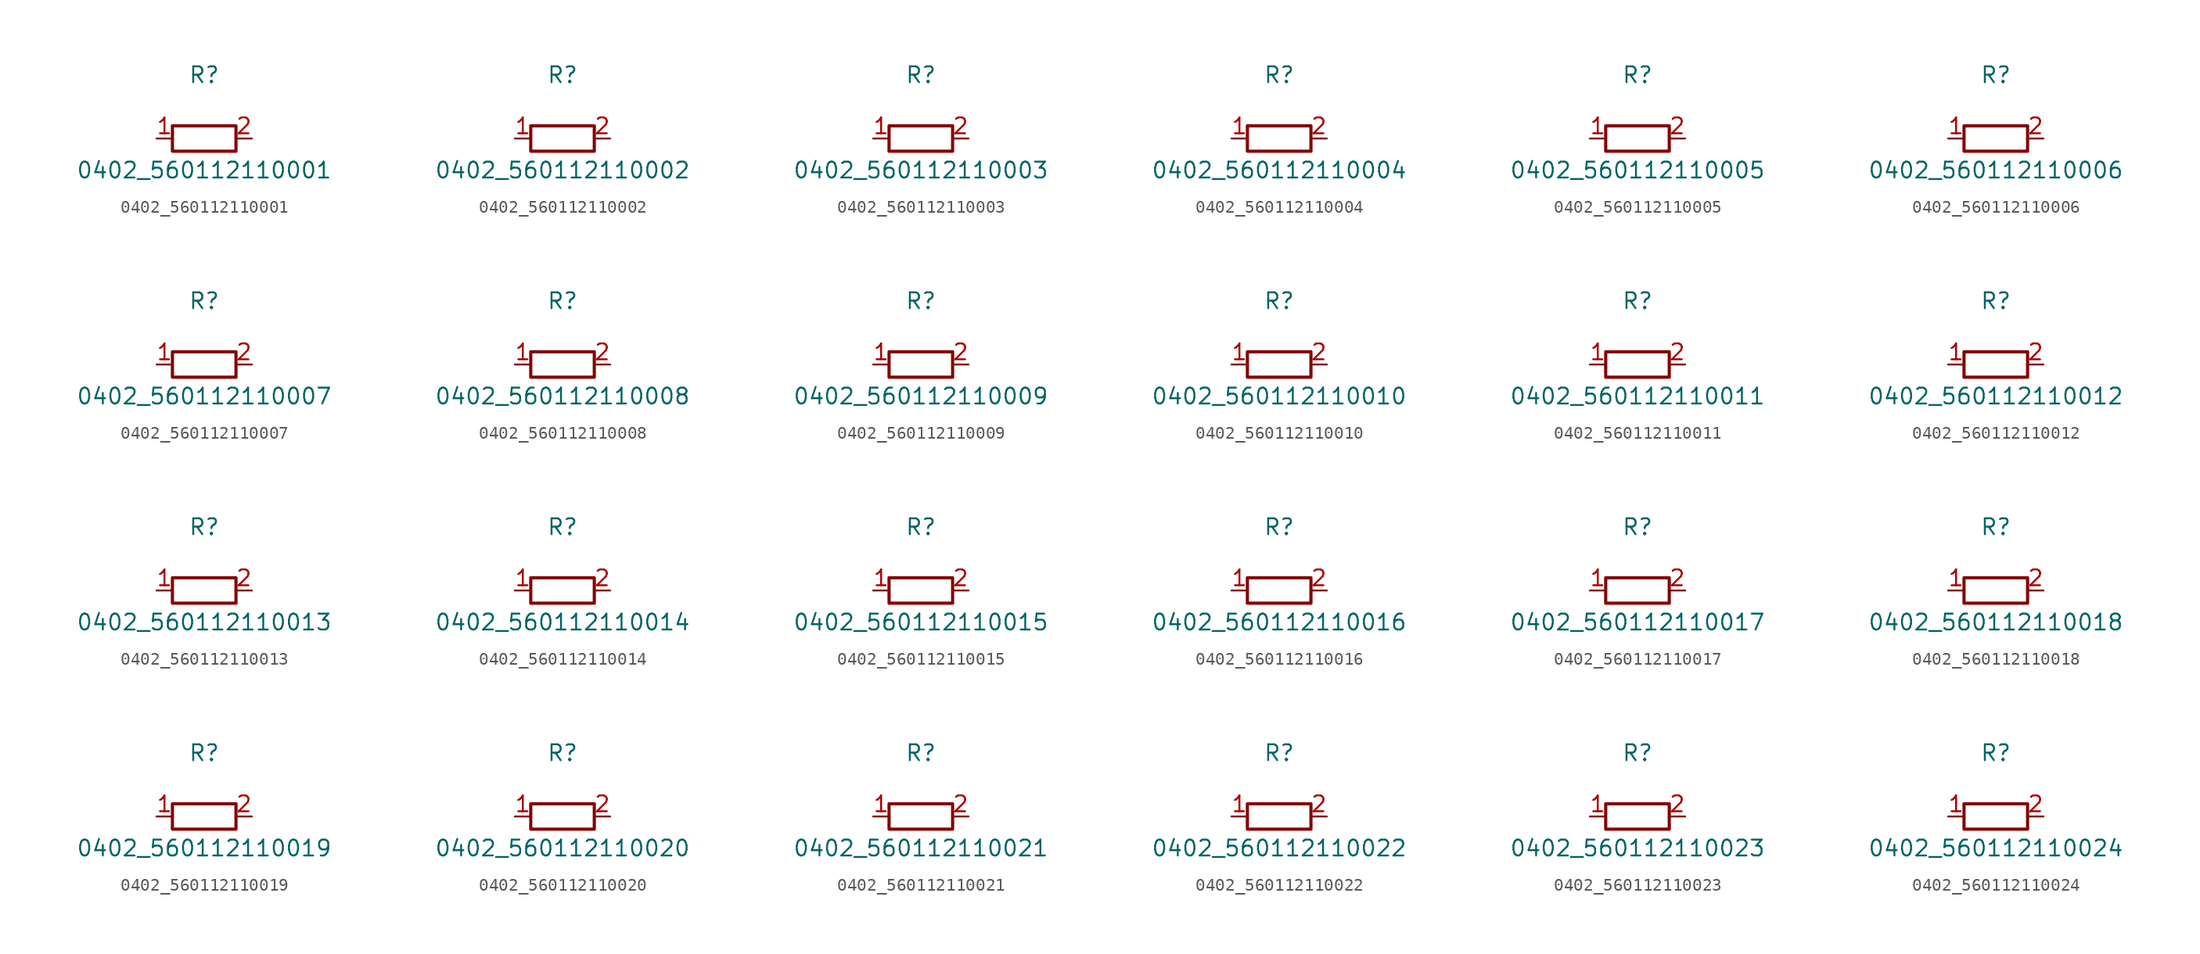
<source format=kicad_sym>
(kicad_symbol_lib
  (version 20220914)
  (generator kicad_symbol_editor)
  (symbol "0402_560112110001"
    (pin_names hide)
    (property "Reference" "R"
      (at 0 5.08 0)
      (effects (font (size 1.27 1.27))))
    (property "Value" "0402_560112110001"
      (at 0 -2.54 0)
      (effects (font (size 1.27 1.27))))
    (symbol "0402_560112110001_0_1"
      (rectangle (start -2.54 -1.016) (end 2.54 1.016) (stroke (width 0.254) (type default)) (fill (type none))))
    (symbol "0402_560112110001_1_1"
      (pin passive line (at -3.81 0 0) (length 1.27) (name "~" (effects (font (size 1.27 1.27)))) (number "1" (effects (font (size 1.27 1.27)))))
      (pin passive line (at 3.81 0 180) (length 1.27) (name "~" (effects (font (size 1.27 1.27)))) (number "2" (effects (font (size 1.27 1.27)))))))
  (symbol "0402_560112110002"
    (pin_names hide)
    (property "Reference" "R"
      (at 0 5.08 0)
      (effects (font (size 1.27 1.27))))
    (property "Value" "0402_560112110002"
      (at 0 -2.54 0)
      (effects (font (size 1.27 1.27))))
    (symbol "0402_560112110002_0_1"
      (rectangle (start -2.54 -1.016) (end 2.54 1.016) (stroke (width 0.254) (type default)) (fill (type none))))
    (symbol "0402_560112110002_1_1"
      (pin passive line (at -3.81 0 0) (length 1.27) (name "~" (effects (font (size 1.27 1.27)))) (number "1" (effects (font (size 1.27 1.27)))))
      (pin passive line (at 3.81 0 180) (length 1.27) (name "~" (effects (font (size 1.27 1.27)))) (number "2" (effects (font (size 1.27 1.27)))))))
  (symbol "0402_560112110003"
    (pin_names hide)
    (property "Reference" "R"
      (at 0 5.08 0)
      (effects (font (size 1.27 1.27))))
    (property "Value" "0402_560112110003"
      (at 0 -2.54 0)
      (effects (font (size 1.27 1.27))))
    (symbol "0402_560112110003_0_1"
      (rectangle (start -2.54 -1.016) (end 2.54 1.016) (stroke (width 0.254) (type default)) (fill (type none))))
    (symbol "0402_560112110003_1_1"
      (pin passive line (at -3.81 0 0) (length 1.27) (name "~" (effects (font (size 1.27 1.27)))) (number "1" (effects (font (size 1.27 1.27)))))
      (pin passive line (at 3.81 0 180) (length 1.27) (name "~" (effects (font (size 1.27 1.27)))) (number "2" (effects (font (size 1.27 1.27)))))))
  (symbol "0402_560112110004"
    (pin_names hide)
    (property "Reference" "R"
      (at 0 5.08 0)
      (effects (font (size 1.27 1.27))))
    (property "Value" "0402_560112110004"
      (at 0 -2.54 0)
      (effects (font (size 1.27 1.27))))
    (symbol "0402_560112110004_0_1"
      (rectangle (start -2.54 -1.016) (end 2.54 1.016) (stroke (width 0.254) (type default)) (fill (type none))))
    (symbol "0402_560112110004_1_1"
      (pin passive line (at -3.81 0 0) (length 1.27) (name "~" (effects (font (size 1.27 1.27)))) (number "1" (effects (font (size 1.27 1.27)))))
      (pin passive line (at 3.81 0 180) (length 1.27) (name "~" (effects (font (size 1.27 1.27)))) (number "2" (effects (font (size 1.27 1.27)))))))
  (symbol "0402_560112110005"
    (pin_names hide)
    (property "Reference" "R"
      (at 0 5.08 0)
      (effects (font (size 1.27 1.27))))
    (property "Value" "0402_560112110005"
      (at 0 -2.54 0)
      (effects (font (size 1.27 1.27))))
    (symbol "0402_560112110005_0_1"
      (rectangle (start -2.54 -1.016) (end 2.54 1.016) (stroke (width 0.254) (type default)) (fill (type none))))
    (symbol "0402_560112110005_1_1"
      (pin passive line (at -3.81 0 0) (length 1.27) (name "~" (effects (font (size 1.27 1.27)))) (number "1" (effects (font (size 1.27 1.27)))))
      (pin passive line (at 3.81 0 180) (length 1.27) (name "~" (effects (font (size 1.27 1.27)))) (number "2" (effects (font (size 1.27 1.27)))))))
  (symbol "0402_560112110006"
    (pin_names hide)
    (property "Reference" "R"
      (at 0 5.08 0)
      (effects (font (size 1.27 1.27))))
    (property "Value" "0402_560112110006"
      (at 0 -2.54 0)
      (effects (font (size 1.27 1.27))))
    (symbol "0402_560112110006_0_1"
      (rectangle (start -2.54 -1.016) (end 2.54 1.016) (stroke (width 0.254) (type default)) (fill (type none))))
    (symbol "0402_560112110006_1_1"
      (pin passive line (at -3.81 0 0) (length 1.27) (name "~" (effects (font (size 1.27 1.27)))) (number "1" (effects (font (size 1.27 1.27)))))
      (pin passive line (at 3.81 0 180) (length 1.27) (name "~" (effects (font (size 1.27 1.27)))) (number "2" (effects (font (size 1.27 1.27)))))))
  (symbol "0402_560112110007"
    (pin_names hide)
    (property "Reference" "R"
      (at 0 5.08 0)
      (effects (font (size 1.27 1.27))))
    (property "Value" "0402_560112110007"
      (at 0 -2.54 0)
      (effects (font (size 1.27 1.27))))
    (symbol "0402_560112110007_0_1"
      (rectangle (start -2.54 -1.016) (end 2.54 1.016) (stroke (width 0.254) (type default)) (fill (type none))))
    (symbol "0402_560112110007_1_1"
      (pin passive line (at -3.81 0 0) (length 1.27) (name "~" (effects (font (size 1.27 1.27)))) (number "1" (effects (font (size 1.27 1.27)))))
      (pin passive line (at 3.81 0 180) (length 1.27) (name "~" (effects (font (size 1.27 1.27)))) (number "2" (effects (font (size 1.27 1.27)))))))
  (symbol "0402_560112110008"
    (pin_names hide)
    (property "Reference" "R"
      (at 0 5.08 0)
      (effects (font (size 1.27 1.27))))
    (property "Value" "0402_560112110008"
      (at 0 -2.54 0)
      (effects (font (size 1.27 1.27))))
    (symbol "0402_560112110008_0_1"
      (rectangle (start -2.54 -1.016) (end 2.54 1.016) (stroke (width 0.254) (type default)) (fill (type none))))
    (symbol "0402_560112110008_1_1"
      (pin passive line (at -3.81 0 0) (length 1.27) (name "~" (effects (font (size 1.27 1.27)))) (number "1" (effects (font (size 1.27 1.27)))))
      (pin passive line (at 3.81 0 180) (length 1.27) (name "~" (effects (font (size 1.27 1.27)))) (number "2" (effects (font (size 1.27 1.27)))))))
  (symbol "0402_560112110009"
    (pin_names hide)
    (property "Reference" "R"
      (at 0 5.08 0)
      (effects (font (size 1.27 1.27))))
    (property "Value" "0402_560112110009"
      (at 0 -2.54 0)
      (effects (font (size 1.27 1.27))))
    (symbol "0402_560112110009_0_1"
      (rectangle (start -2.54 -1.016) (end 2.54 1.016) (stroke (width 0.254) (type default)) (fill (type none))))
    (symbol "0402_560112110009_1_1"
      (pin passive line (at -3.81 0 0) (length 1.27) (name "~" (effects (font (size 1.27 1.27)))) (number "1" (effects (font (size 1.27 1.27)))))
      (pin passive line (at 3.81 0 180) (length 1.27) (name "~" (effects (font (size 1.27 1.27)))) (number "2" (effects (font (size 1.27 1.27)))))))
  (symbol "0402_560112110010"
    (pin_names hide)
    (property "Reference" "R"
      (at 0 5.08 0)
      (effects (font (size 1.27 1.27))))
    (property "Value" "0402_560112110010"
      (at 0 -2.54 0)
      (effects (font (size 1.27 1.27))))
    (symbol "0402_560112110010_0_1"
      (rectangle (start -2.54 -1.016) (end 2.54 1.016) (stroke (width 0.254) (type default)) (fill (type none))))
    (symbol "0402_560112110010_1_1"
      (pin passive line (at -3.81 0 0) (length 1.27) (name "~" (effects (font (size 1.27 1.27)))) (number "1" (effects (font (size 1.27 1.27)))))
      (pin passive line (at 3.81 0 180) (length 1.27) (name "~" (effects (font (size 1.27 1.27)))) (number "2" (effects (font (size 1.27 1.27)))))))
  (symbol "0402_560112110011"
    (pin_names hide)
    (property "Reference" "R"
      (at 0 5.08 0)
      (effects (font (size 1.27 1.27))))
    (property "Value" "0402_560112110011"
      (at 0 -2.54 0)
      (effects (font (size 1.27 1.27))))
    (symbol "0402_560112110011_0_1"
      (rectangle (start -2.54 -1.016) (end 2.54 1.016) (stroke (width 0.254) (type default)) (fill (type none))))
    (symbol "0402_560112110011_1_1"
      (pin passive line (at -3.81 0 0) (length 1.27) (name "~" (effects (font (size 1.27 1.27)))) (number "1" (effects (font (size 1.27 1.27)))))
      (pin passive line (at 3.81 0 180) (length 1.27) (name "~" (effects (font (size 1.27 1.27)))) (number "2" (effects (font (size 1.27 1.27)))))))
  (symbol "0402_560112110012"
    (pin_names hide)
    (property "Reference" "R"
      (at 0 5.08 0)
      (effects (font (size 1.27 1.27))))
    (property "Value" "0402_560112110012"
      (at 0 -2.54 0)
      (effects (font (size 1.27 1.27))))
    (symbol "0402_560112110012_0_1"
      (rectangle (start -2.54 -1.016) (end 2.54 1.016) (stroke (width 0.254) (type default)) (fill (type none))))
    (symbol "0402_560112110012_1_1"
      (pin passive line (at -3.81 0 0) (length 1.27) (name "~" (effects (font (size 1.27 1.27)))) (number "1" (effects (font (size 1.27 1.27)))))
      (pin passive line (at 3.81 0 180) (length 1.27) (name "~" (effects (font (size 1.27 1.27)))) (number "2" (effects (font (size 1.27 1.27)))))))
  (symbol "0402_560112110013"
    (pin_names hide)
    (property "Reference" "R"
      (at 0 5.08 0)
      (effects (font (size 1.27 1.27))))
    (property "Value" "0402_560112110013"
      (at 0 -2.54 0)
      (effects (font (size 1.27 1.27))))
    (symbol "0402_560112110013_0_1"
      (rectangle (start -2.54 -1.016) (end 2.54 1.016) (stroke (width 0.254) (type default)) (fill (type none))))
    (symbol "0402_560112110013_1_1"
      (pin passive line (at -3.81 0 0) (length 1.27) (name "~" (effects (font (size 1.27 1.27)))) (number "1" (effects (font (size 1.27 1.27)))))
      (pin passive line (at 3.81 0 180) (length 1.27) (name "~" (effects (font (size 1.27 1.27)))) (number "2" (effects (font (size 1.27 1.27)))))))
  (symbol "0402_560112110014"
    (pin_names hide)
    (property "Reference" "R"
      (at 0 5.08 0)
      (effects (font (size 1.27 1.27))))
    (property "Value" "0402_560112110014"
      (at 0 -2.54 0)
      (effects (font (size 1.27 1.27))))
    (symbol "0402_560112110014_0_1"
      (rectangle (start -2.54 -1.016) (end 2.54 1.016) (stroke (width 0.254) (type default)) (fill (type none))))
    (symbol "0402_560112110014_1_1"
      (pin passive line (at -3.81 0 0) (length 1.27) (name "~" (effects (font (size 1.27 1.27)))) (number "1" (effects (font (size 1.27 1.27)))))
      (pin passive line (at 3.81 0 180) (length 1.27) (name "~" (effects (font (size 1.27 1.27)))) (number "2" (effects (font (size 1.27 1.27)))))))
  (symbol "0402_560112110015"
    (pin_names hide)
    (property "Reference" "R"
      (at 0 5.08 0)
      (effects (font (size 1.27 1.27))))
    (property "Value" "0402_560112110015"
      (at 0 -2.54 0)
      (effects (font (size 1.27 1.27))))
    (symbol "0402_560112110015_0_1"
      (rectangle (start -2.54 -1.016) (end 2.54 1.016) (stroke (width 0.254) (type default)) (fill (type none))))
    (symbol "0402_560112110015_1_1"
      (pin passive line (at -3.81 0 0) (length 1.27) (name "~" (effects (font (size 1.27 1.27)))) (number "1" (effects (font (size 1.27 1.27)))))
      (pin passive line (at 3.81 0 180) (length 1.27) (name "~" (effects (font (size 1.27 1.27)))) (number "2" (effects (font (size 1.27 1.27)))))))
  (symbol "0402_560112110016"
    (pin_names hide)
    (property "Reference" "R"
      (at 0 5.08 0)
      (effects (font (size 1.27 1.27))))
    (property "Value" "0402_560112110016"
      (at 0 -2.54 0)
      (effects (font (size 1.27 1.27))))
    (symbol "0402_560112110016_0_1"
      (rectangle (start -2.54 -1.016) (end 2.54 1.016) (stroke (width 0.254) (type default)) (fill (type none))))
    (symbol "0402_560112110016_1_1"
      (pin passive line (at -3.81 0 0) (length 1.27) (name "~" (effects (font (size 1.27 1.27)))) (number "1" (effects (font (size 1.27 1.27)))))
      (pin passive line (at 3.81 0 180) (length 1.27) (name "~" (effects (font (size 1.27 1.27)))) (number "2" (effects (font (size 1.27 1.27)))))))
  (symbol "0402_560112110017"
    (pin_names hide)
    (property "Reference" "R"
      (at 0 5.08 0)
      (effects (font (size 1.27 1.27))))
    (property "Value" "0402_560112110017"
      (at 0 -2.54 0)
      (effects (font (size 1.27 1.27))))
    (symbol "0402_560112110017_0_1"
      (rectangle (start -2.54 -1.016) (end 2.54 1.016) (stroke (width 0.254) (type default)) (fill (type none))))
    (symbol "0402_560112110017_1_1"
      (pin passive line (at -3.81 0 0) (length 1.27) (name "~" (effects (font (size 1.27 1.27)))) (number "1" (effects (font (size 1.27 1.27)))))
      (pin passive line (at 3.81 0 180) (length 1.27) (name "~" (effects (font (size 1.27 1.27)))) (number "2" (effects (font (size 1.27 1.27)))))))
  (symbol "0402_560112110018"
    (pin_names hide)
    (property "Reference" "R"
      (at 0 5.08 0)
      (effects (font (size 1.27 1.27))))
    (property "Value" "0402_560112110018"
      (at 0 -2.54 0)
      (effects (font (size 1.27 1.27))))
    (symbol "0402_560112110018_0_1"
      (rectangle (start -2.54 -1.016) (end 2.54 1.016) (stroke (width 0.254) (type default)) (fill (type none))))
    (symbol "0402_560112110018_1_1"
      (pin passive line (at -3.81 0 0) (length 1.27) (name "~" (effects (font (size 1.27 1.27)))) (number "1" (effects (font (size 1.27 1.27)))))
      (pin passive line (at 3.81 0 180) (length 1.27) (name "~" (effects (font (size 1.27 1.27)))) (number "2" (effects (font (size 1.27 1.27)))))))
  (symbol "0402_560112110019"
    (pin_names hide)
    (property "Reference" "R"
      (at 0 5.08 0)
      (effects (font (size 1.27 1.27))))
    (property "Value" "0402_560112110019"
      (at 0 -2.54 0)
      (effects (font (size 1.27 1.27))))
    (symbol "0402_560112110019_0_1"
      (rectangle (start -2.54 -1.016) (end 2.54 1.016) (stroke (width 0.254) (type default)) (fill (type none))))
    (symbol "0402_560112110019_1_1"
      (pin passive line (at -3.81 0 0) (length 1.27) (name "~" (effects (font (size 1.27 1.27)))) (number "1" (effects (font (size 1.27 1.27)))))
      (pin passive line (at 3.81 0 180) (length 1.27) (name "~" (effects (font (size 1.27 1.27)))) (number "2" (effects (font (size 1.27 1.27)))))))
  (symbol "0402_560112110020"
    (pin_names hide)
    (property "Reference" "R"
      (at 0 5.08 0)
      (effects (font (size 1.27 1.27))))
    (property "Value" "0402_560112110020"
      (at 0 -2.54 0)
      (effects (font (size 1.27 1.27))))
    (symbol "0402_560112110020_0_1"
      (rectangle (start -2.54 -1.016) (end 2.54 1.016) (stroke (width 0.254) (type default)) (fill (type none))))
    (symbol "0402_560112110020_1_1"
      (pin passive line (at -3.81 0 0) (length 1.27) (name "~" (effects (font (size 1.27 1.27)))) (number "1" (effects (font (size 1.27 1.27)))))
      (pin passive line (at 3.81 0 180) (length 1.27) (name "~" (effects (font (size 1.27 1.27)))) (number "2" (effects (font (size 1.27 1.27)))))))
  (symbol "0402_560112110021"
    (pin_names hide)
    (property "Reference" "R"
      (at 0 5.08 0)
      (effects (font (size 1.27 1.27))))
    (property "Value" "0402_560112110021"
      (at 0 -2.54 0)
      (effects (font (size 1.27 1.27))))
    (symbol "0402_560112110021_0_1"
      (rectangle (start -2.54 -1.016) (end 2.54 1.016) (stroke (width 0.254) (type default)) (fill (type none))))
    (symbol "0402_560112110021_1_1"
      (pin passive line (at -3.81 0 0) (length 1.27) (name "~" (effects (font (size 1.27 1.27)))) (number "1" (effects (font (size 1.27 1.27)))))
      (pin passive line (at 3.81 0 180) (length 1.27) (name "~" (effects (font (size 1.27 1.27)))) (number "2" (effects (font (size 1.27 1.27)))))))
  (symbol "0402_560112110022"
    (pin_names hide)
    (property "Reference" "R"
      (at 0 5.08 0)
      (effects (font (size 1.27 1.27))))
    (property "Value" "0402_560112110022"
      (at 0 -2.54 0)
      (effects (font (size 1.27 1.27))))
    (symbol "0402_560112110022_0_1"
      (rectangle (start -2.54 -1.016) (end 2.54 1.016) (stroke (width 0.254) (type default)) (fill (type none))))
    (symbol "0402_560112110022_1_1"
      (pin passive line (at -3.81 0 0) (length 1.27) (name "~" (effects (font (size 1.27 1.27)))) (number "1" (effects (font (size 1.27 1.27)))))
      (pin passive line (at 3.81 0 180) (length 1.27) (name "~" (effects (font (size 1.27 1.27)))) (number "2" (effects (font (size 1.27 1.27)))))))
  (symbol "0402_560112110023"
    (pin_names hide)
    (property "Reference" "R"
      (at 0 5.08 0)
      (effects (font (size 1.27 1.27))))
    (property "Value" "0402_560112110023"
      (at 0 -2.54 0)
      (effects (font (size 1.27 1.27))))
    (symbol "0402_560112110023_0_1"
      (rectangle (start -2.54 -1.016) (end 2.54 1.016) (stroke (width 0.254) (type default)) (fill (type none))))
    (symbol "0402_560112110023_1_1"
      (pin passive line (at -3.81 0 0) (length 1.27) (name "~" (effects (font (size 1.27 1.27)))) (number "1" (effects (font (size 1.27 1.27)))))
      (pin passive line (at 3.81 0 180) (length 1.27) (name "~" (effects (font (size 1.27 1.27)))) (number "2" (effects (font (size 1.27 1.27)))))))
  (symbol "0402_560112110024"
    (pin_names hide)
    (property "Reference" "R"
      (at 0 5.08 0)
      (effects (font (size 1.27 1.27))))
    (property "Value" "0402_560112110024"
      (at 0 -2.54 0)
      (effects (font (size 1.27 1.27))))
    (symbol "0402_560112110024_0_1"
      (rectangle (start -2.54 -1.016) (end 2.54 1.016) (stroke (width 0.254) (type default)) (fill (type none))))
    (symbol "0402_560112110024_1_1"
      (pin passive line (at -3.81 0 0) (length 1.27) (name "~" (effects (font (size 1.27 1.27)))) (number "1" (effects (font (size 1.27 1.27)))))
      (pin passive line (at 3.81 0 180) (length 1.27) (name "~" (effects (font (size 1.27 1.27)))) (number "2" (effects (font (size 1.27 1.27))))))))
</source>
